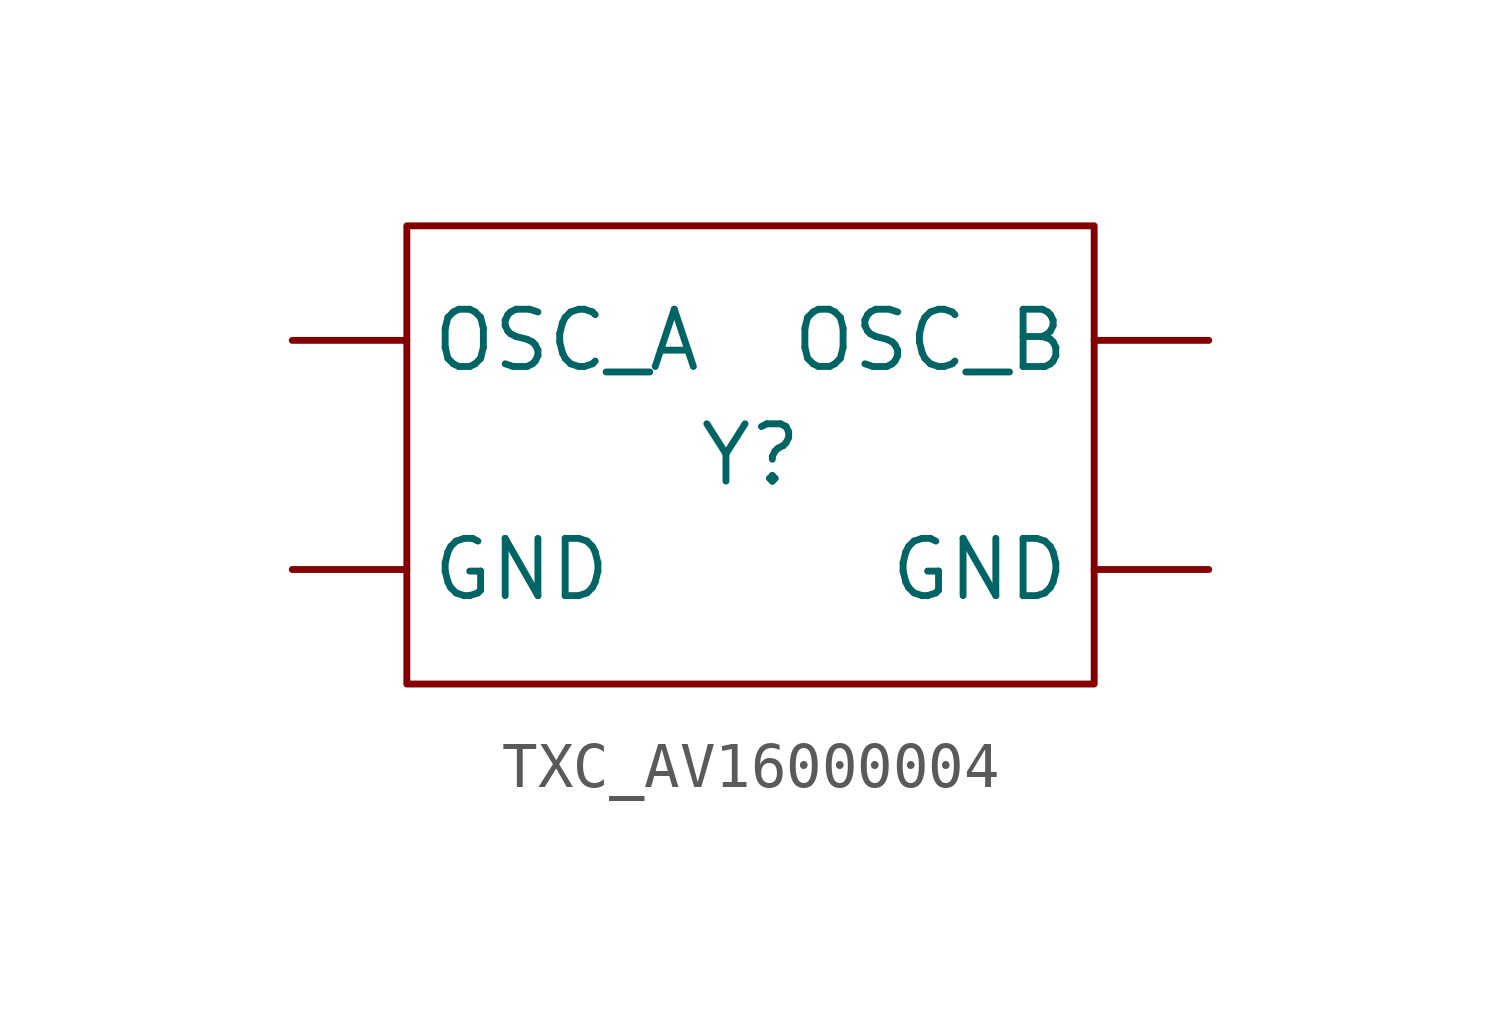
<source format=kicad_sym>
(kicad_symbol_lib
  (version 20241209)
  (generator "kicad_symbol_editor")
  (generator_version "9.0")
  (symbol "TXC_AV16000004"
    (property "Reference" "Y"
      (at 0 0 0)
      (effects (font (size 1.27 1.27))))
    (property "Value" ""
      (at 0 0 0)
      (effects (font (size 1.27 1.27))))
    (symbol "TXC_AV16000004_0_1"
      (rectangle (start -7.62 5.08) (end 7.62 -5.08) (stroke (width 0) (type default)) (fill (type none))))
    (symbol "TXC_AV16000004_1_1"
      (pin bidirectional line (at -10.16 2.54 0) (length 2.54) (name "OSC_A" (effects (font (size 1.27 1.27)))) (number "" (effects (font (size 1.27 1.27)))))
      (pin passive line (at -10.16 -2.54 0) (length 2.54) (name "GND" (effects (font (size 1.27 1.27)))) (number "" (effects (font (size 1.27 1.27)))))
      (pin bidirectional line (at 10.16 2.54 180) (length 2.54) (name "OSC_B" (effects (font (size 1.27 1.27)))) (number "" (effects (font (size 1.27 1.27)))))
      (pin passive line (at 10.16 -2.54 180) (length 2.54) (name "GND" (effects (font (size 1.27 1.27)))) (number "" (effects (font (size 1.27 1.27))))))))
</source>
